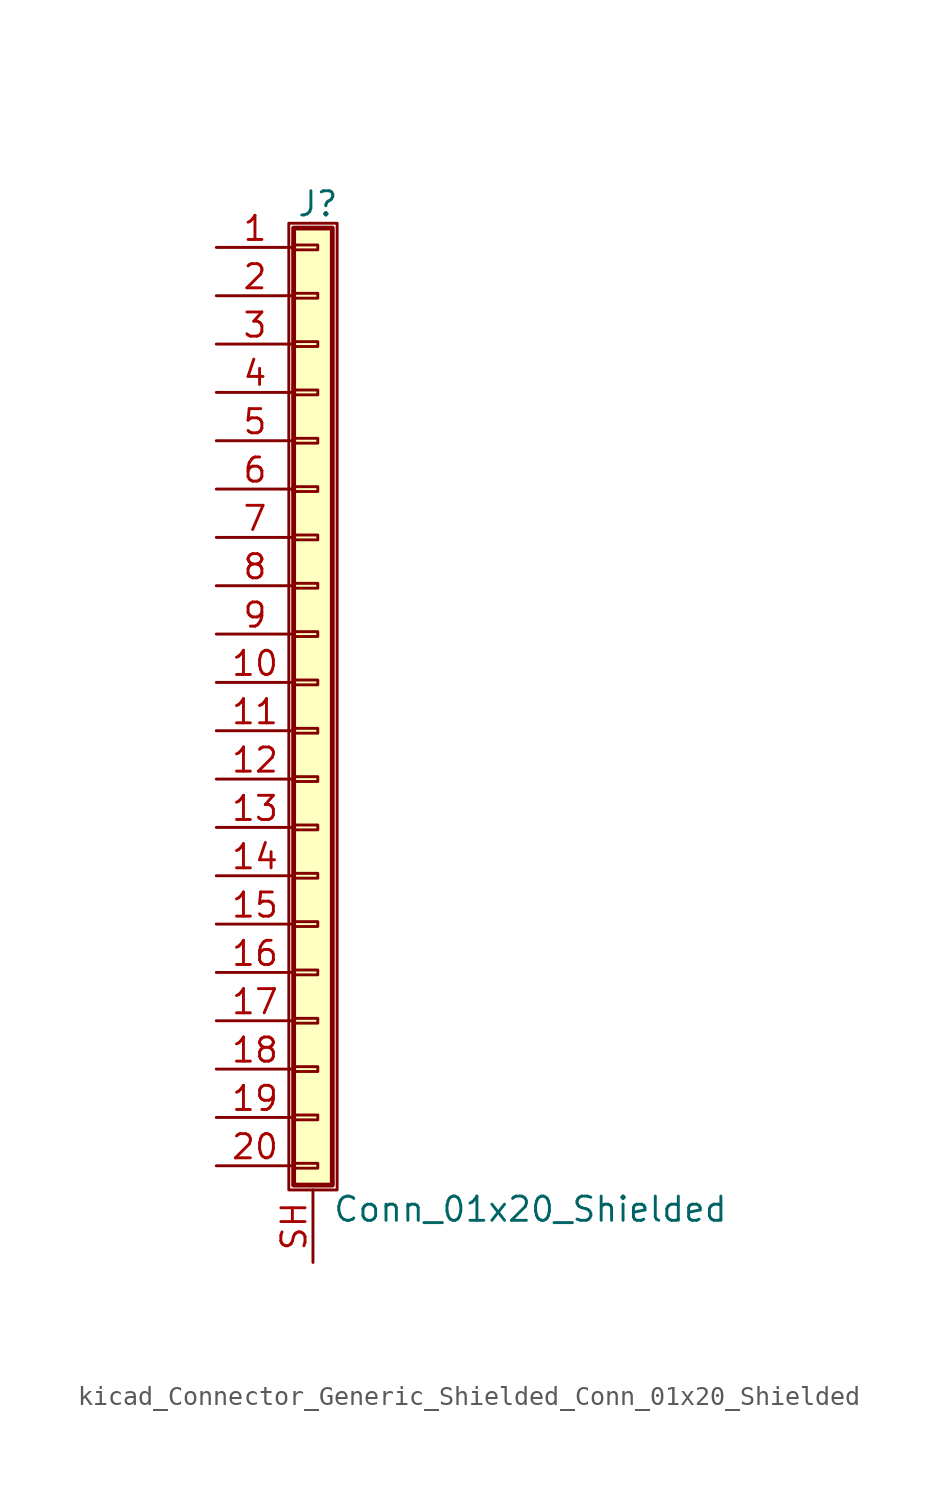
<source format=kicad_sym>
(kicad_symbol_lib
  (version 20220914)
  (generator kicad_symbol_editor)
  (symbol "kicad_Connector_Generic_Shielded_Conn_01x20_Shielded"
    (pin_names
      (offset 1.016) hide)
    (property "Reference" "J"
      (at 0.254 25.146 0)
      (effects (font (size 1.27 1.27))))
    (property "Value" "Conn_01x20_Shielded"
      (at 1.016 -27.686 0)
      (effects (font (size 1.27 1.27)) (justify left)))
    (symbol "kicad_Connector_Generic_Shielded_Conn_01x20_Shielded_1_1"
      (rectangle (start -1.27 24.13) (end 1.27 -26.67) (stroke (width 0.152) (type default)) (fill (type none)))
      (rectangle (start -1.016 -25.273) (end 0.254 -25.527) (stroke (width 0.152) (type default)) (fill (type none)))
      (rectangle (start -1.016 -22.733) (end 0.254 -22.987) (stroke (width 0.152) (type default)) (fill (type none)))
      (rectangle (start -1.016 -20.193) (end 0.254 -20.447) (stroke (width 0.152) (type default)) (fill (type none)))
      (rectangle (start -1.016 -17.653) (end 0.254 -17.907) (stroke (width 0.152) (type default)) (fill (type none)))
      (rectangle (start -1.016 -15.113) (end 0.254 -15.367) (stroke (width 0.152) (type default)) (fill (type none)))
      (rectangle (start -1.016 -12.573) (end 0.254 -12.827) (stroke (width 0.152) (type default)) (fill (type none)))
      (rectangle (start -1.016 -10.033) (end 0.254 -10.287) (stroke (width 0.152) (type default)) (fill (type none)))
      (rectangle (start -1.016 -7.493) (end 0.254 -7.747) (stroke (width 0.152) (type default)) (fill (type none)))
      (rectangle (start -1.016 -4.953) (end 0.254 -5.207) (stroke (width 0.152) (type default)) (fill (type none)))
      (rectangle (start -1.016 -2.413) (end 0.254 -2.667) (stroke (width 0.152) (type default)) (fill (type none)))
      (rectangle (start -1.016 0.127) (end 0.254 -0.127) (stroke (width 0.152) (type default)) (fill (type none)))
      (rectangle (start -1.016 2.667) (end 0.254 2.413) (stroke (width 0.152) (type default)) (fill (type none)))
      (rectangle (start -1.016 5.207) (end 0.254 4.953) (stroke (width 0.152) (type default)) (fill (type none)))
      (rectangle (start -1.016 7.747) (end 0.254 7.493) (stroke (width 0.152) (type default)) (fill (type none)))
      (rectangle (start -1.016 10.287) (end 0.254 10.033) (stroke (width 0.152) (type default)) (fill (type none)))
      (rectangle (start -1.016 12.827) (end 0.254 12.573) (stroke (width 0.152) (type default)) (fill (type none)))
      (rectangle (start -1.016 15.367) (end 0.254 15.113) (stroke (width 0.152) (type default)) (fill (type none)))
      (rectangle (start -1.016 17.907) (end 0.254 17.653) (stroke (width 0.152) (type default)) (fill (type none)))
      (rectangle (start -1.016 20.447) (end 0.254 20.193) (stroke (width 0.152) (type default)) (fill (type none)))
      (rectangle (start -1.016 22.987) (end 0.254 22.733) (stroke (width 0.152) (type default)) (fill (type none)))
      (rectangle (start -1.016 23.876) (end 1.016 -26.416) (stroke (width 0.254) (type default)) (fill (type background)))
      (pin passive line (at -5.08 22.86 0) (length 4.064) (name "Pin_1" (effects (font (size 1.27 1.27)))) (number "1" (effects (font (size 1.27 1.27)))))
      (pin passive line (at -5.08 0 0) (length 4.064) (name "Pin_10" (effects (font (size 1.27 1.27)))) (number "10" (effects (font (size 1.27 1.27)))))
      (pin passive line (at -5.08 -2.54 0) (length 4.064) (name "Pin_11" (effects (font (size 1.27 1.27)))) (number "11" (effects (font (size 1.27 1.27)))))
      (pin passive line (at -5.08 -5.08 0) (length 4.064) (name "Pin_12" (effects (font (size 1.27 1.27)))) (number "12" (effects (font (size 1.27 1.27)))))
      (pin passive line (at -5.08 -7.62 0) (length 4.064) (name "Pin_13" (effects (font (size 1.27 1.27)))) (number "13" (effects (font (size 1.27 1.27)))))
      (pin passive line (at -5.08 -10.16 0) (length 4.064) (name "Pin_14" (effects (font (size 1.27 1.27)))) (number "14" (effects (font (size 1.27 1.27)))))
      (pin passive line (at -5.08 -12.7 0) (length 4.064) (name "Pin_15" (effects (font (size 1.27 1.27)))) (number "15" (effects (font (size 1.27 1.27)))))
      (pin passive line (at -5.08 -15.24 0) (length 4.064) (name "Pin_16" (effects (font (size 1.27 1.27)))) (number "16" (effects (font (size 1.27 1.27)))))
      (pin passive line (at -5.08 -17.78 0) (length 4.064) (name "Pin_17" (effects (font (size 1.27 1.27)))) (number "17" (effects (font (size 1.27 1.27)))))
      (pin passive line (at -5.08 -20.32 0) (length 4.064) (name "Pin_18" (effects (font (size 1.27 1.27)))) (number "18" (effects (font (size 1.27 1.27)))))
      (pin passive line (at -5.08 -22.86 0) (length 4.064) (name "Pin_19" (effects (font (size 1.27 1.27)))) (number "19" (effects (font (size 1.27 1.27)))))
      (pin passive line (at -5.08 20.32 0) (length 4.064) (name "Pin_2" (effects (font (size 1.27 1.27)))) (number "2" (effects (font (size 1.27 1.27)))))
      (pin passive line (at -5.08 -25.4 0) (length 4.064) (name "Pin_20" (effects (font (size 1.27 1.27)))) (number "20" (effects (font (size 1.27 1.27)))))
      (pin passive line (at -5.08 17.78 0) (length 4.064) (name "Pin_3" (effects (font (size 1.27 1.27)))) (number "3" (effects (font (size 1.27 1.27)))))
      (pin passive line (at -5.08 15.24 0) (length 4.064) (name "Pin_4" (effects (font (size 1.27 1.27)))) (number "4" (effects (font (size 1.27 1.27)))))
      (pin passive line (at -5.08 12.7 0) (length 4.064) (name "Pin_5" (effects (font (size 1.27 1.27)))) (number "5" (effects (font (size 1.27 1.27)))))
      (pin passive line (at -5.08 10.16 0) (length 4.064) (name "Pin_6" (effects (font (size 1.27 1.27)))) (number "6" (effects (font (size 1.27 1.27)))))
      (pin passive line (at -5.08 7.62 0) (length 4.064) (name "Pin_7" (effects (font (size 1.27 1.27)))) (number "7" (effects (font (size 1.27 1.27)))))
      (pin passive line (at -5.08 5.08 0) (length 4.064) (name "Pin_8" (effects (font (size 1.27 1.27)))) (number "8" (effects (font (size 1.27 1.27)))))
      (pin passive line (at -5.08 2.54 0) (length 4.064) (name "Pin_9" (effects (font (size 1.27 1.27)))) (number "9" (effects (font (size 1.27 1.27)))))
      (pin passive line (at 0 -30.48 90) (length 3.81) (name "Shield" (effects (font (size 1.27 1.27)))) (number "SH" (effects (font (size 1.27 1.27))))))))
</source>
